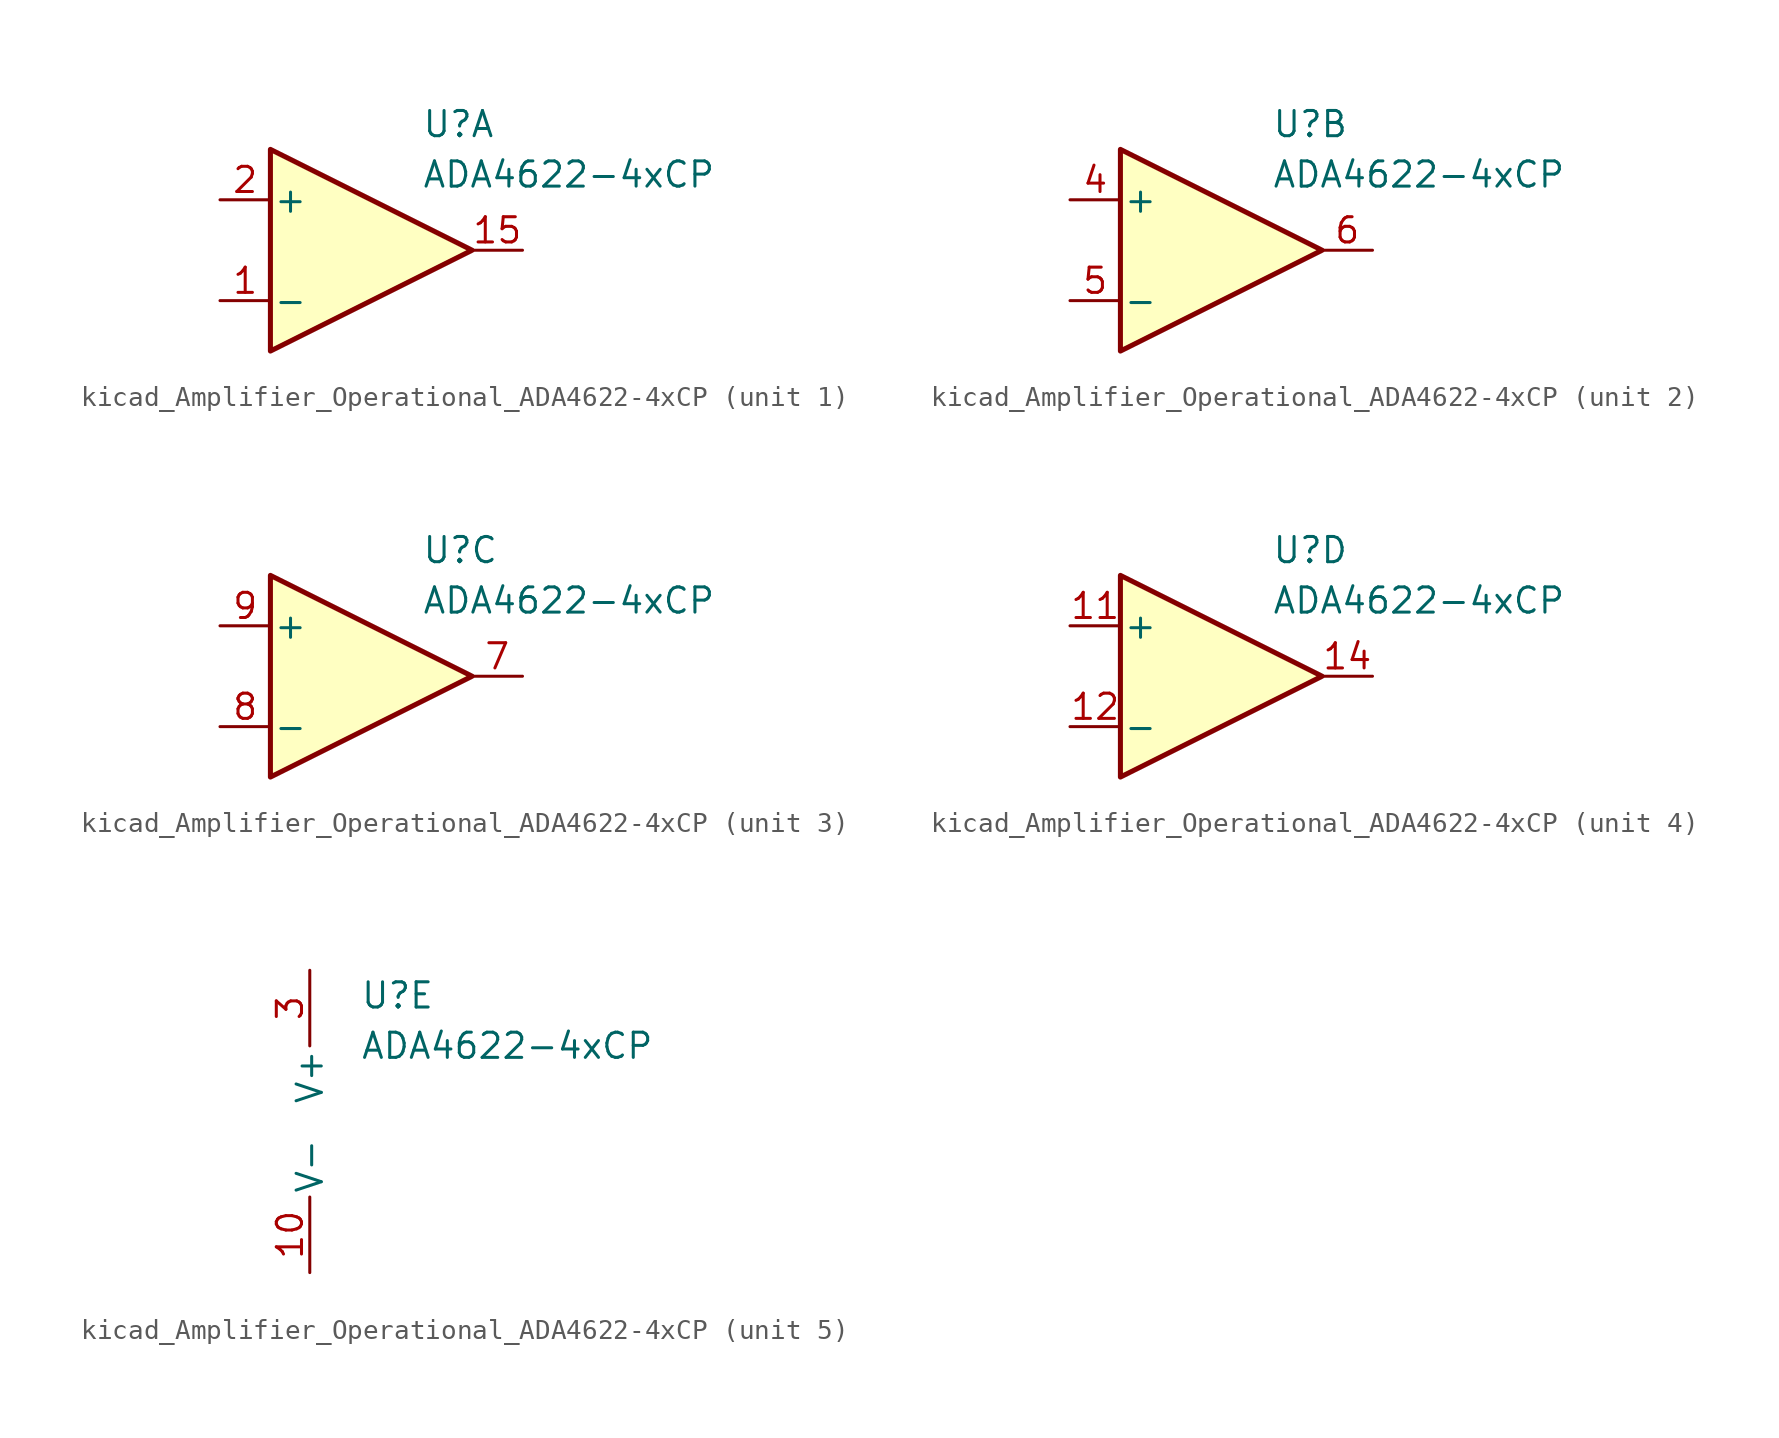
<source format=kicad_sym>
(kicad_symbol_lib
  (version 20220914)
  (generator kicad_symbol_editor)
  (symbol "kicad_Amplifier_Operational_ADA4622-4xCP"
    (pin_names
      (offset 0.127))
    (property "Reference" "U"
      (at 2.54 6.35 0)
      (effects (font (size 1.27 1.27)) (justify left)))
    (property "Value" "ADA4622-4xCP"
      (at 2.54 3.81 0)
      (effects (font (size 1.27 1.27)) (justify left)))
    (property "ki_locked" ""
      (at 0 0 0)
      (effects (font (size 1.27 1.27))))
    (symbol "kicad_Amplifier_Operational_ADA4622-4xCP_1_1"
      (polyline (pts (xy 5.08 0) (xy -5.08 5.08) (xy -5.08 -5.08) (xy 5.08 0)) (stroke (width 0.254) (type default)) (fill (type background)))
      (pin input line (at -7.62 -2.54 0) (length 2.54) (name "-" (effects (font (size 1.27 1.27)))) (number "1" (effects (font (size 1.27 1.27)))))
      (pin output line (at 7.62 0 180) (length 2.54) (name "~" (effects (font (size 1.27 1.27)))) (number "15" (effects (font (size 1.27 1.27)))))
      (pin input line (at -7.62 2.54 0) (length 2.54) (name "+" (effects (font (size 1.27 1.27)))) (number "2" (effects (font (size 1.27 1.27))))))
    (symbol "kicad_Amplifier_Operational_ADA4622-4xCP_2_1"
      (polyline (pts (xy -5.08 5.08) (xy -5.08 -5.08) (xy 5.08 0) (xy -5.08 5.08)) (stroke (width 0.254) (type default)) (fill (type background)))
      (pin input line (at -7.62 2.54 0) (length 2.54) (name "+" (effects (font (size 1.27 1.27)))) (number "4" (effects (font (size 1.27 1.27)))))
      (pin input line (at -7.62 -2.54 0) (length 2.54) (name "-" (effects (font (size 1.27 1.27)))) (number "5" (effects (font (size 1.27 1.27)))))
      (pin output line (at 7.62 0 180) (length 2.54) (name "~" (effects (font (size 1.27 1.27)))) (number "6" (effects (font (size 1.27 1.27))))))
    (symbol "kicad_Amplifier_Operational_ADA4622-4xCP_3_1"
      (polyline (pts (xy 5.08 0) (xy -5.08 5.08) (xy -5.08 -5.08) (xy 5.08 0)) (stroke (width 0.254) (type default)) (fill (type background)))
      (pin output line (at 7.62 0 180) (length 2.54) (name "~" (effects (font (size 1.27 1.27)))) (number "7" (effects (font (size 1.27 1.27)))))
      (pin input line (at -7.62 -2.54 0) (length 2.54) (name "-" (effects (font (size 1.27 1.27)))) (number "8" (effects (font (size 1.27 1.27)))))
      (pin input line (at -7.62 2.54 0) (length 2.54) (name "+" (effects (font (size 1.27 1.27)))) (number "9" (effects (font (size 1.27 1.27))))))
    (symbol "kicad_Amplifier_Operational_ADA4622-4xCP_4_1"
      (polyline (pts (xy -5.08 5.08) (xy 5.08 0) (xy -5.08 -5.08) (xy -5.08 5.08)) (stroke (width 0.254) (type default)) (fill (type background)))
      (pin input line (at -7.62 2.54 0) (length 2.54) (name "+" (effects (font (size 1.27 1.27)))) (number "11" (effects (font (size 1.27 1.27)))))
      (pin input line (at -7.62 -2.54 0) (length 2.54) (name "-" (effects (font (size 1.27 1.27)))) (number "12" (effects (font (size 1.27 1.27)))))
      (pin output line (at 7.62 0 180) (length 2.54) (name "~" (effects (font (size 1.27 1.27)))) (number "14" (effects (font (size 1.27 1.27))))))
    (symbol "kicad_Amplifier_Operational_ADA4622-4xCP_5_1"
      (pin power_in line (at 0 -7.62 90) (length 3.81) (name "V-" (effects (font (size 1.27 1.27)))) (number "10" (effects (font (size 1.27 1.27)))))
      (pin free line (at 2.54 0 180) (length 3.81) hide (name "NIC" (effects (font (size 1.27 1.27)))) (number "13" (effects (font (size 1.27 1.27)))))
      (pin free line (at 2.54 2.54 180) (length 3.81) hide (name "NIC" (effects (font (size 1.27 1.27)))) (number "16" (effects (font (size 1.27 1.27)))))
      (pin passive line (at 0 7.62 270) (length 3.81) hide (name "V+" (effects (font (size 1.27 1.27)))) (number "17" (effects (font (size 1.27 1.27)))))
      (pin power_in line (at 0 7.62 270) (length 3.81) (name "V+" (effects (font (size 1.27 1.27)))) (number "3" (effects (font (size 1.27 1.27))))))))
</source>
